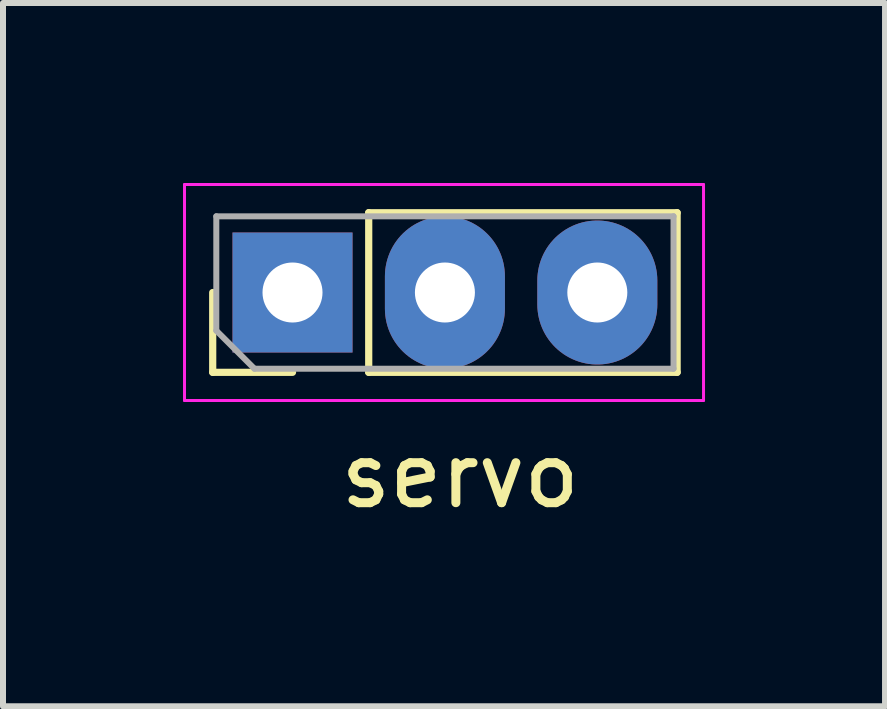
<source format=kicad_pcb>
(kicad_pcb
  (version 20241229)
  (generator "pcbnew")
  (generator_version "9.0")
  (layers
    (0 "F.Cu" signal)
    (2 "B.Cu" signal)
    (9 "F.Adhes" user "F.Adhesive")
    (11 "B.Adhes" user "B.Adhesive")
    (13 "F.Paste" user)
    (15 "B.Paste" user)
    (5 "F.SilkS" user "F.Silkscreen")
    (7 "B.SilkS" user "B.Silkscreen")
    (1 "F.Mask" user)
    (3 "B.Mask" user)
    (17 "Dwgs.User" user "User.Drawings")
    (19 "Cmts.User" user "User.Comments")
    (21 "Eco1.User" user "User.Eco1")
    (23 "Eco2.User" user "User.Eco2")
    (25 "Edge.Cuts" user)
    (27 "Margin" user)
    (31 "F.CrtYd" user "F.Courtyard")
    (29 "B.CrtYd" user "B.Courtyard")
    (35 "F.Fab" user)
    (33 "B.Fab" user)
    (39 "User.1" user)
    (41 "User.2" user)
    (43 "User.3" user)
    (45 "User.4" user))
  (footprint "servo"
    (layer "F.Cu")
    (at 4.365 1.825)
    (property "Reference" "servo" (at 0.254 3.048 180) (layer "F.SilkS") (effects (font (size 1 1) (thickness 0.15))))
    (attr through_hole)
    (fp_line (start -3.87 1.33) (end -3.87 0) (stroke (width 0.12) (type solid)) (layer "F.SilkS"))
    (fp_line (start -2.54 1.33) (end -3.87 1.33) (stroke (width 0.12) (type solid)) (layer "F.SilkS"))
    (fp_line (start -1.27 -1.33) (end 3.87 -1.33) (stroke (width 0.12) (type solid)) (layer "F.SilkS"))
    (fp_line (start -1.27 1.33) (end -1.27 -1.33) (stroke (width 0.12) (type solid)) (layer "F.SilkS"))
    (fp_line (start -1.27 1.33) (end 3.87 1.33) (stroke (width 0.12) (type solid)) (layer "F.SilkS"))
    (fp_line (start 3.87 1.33) (end 3.87 -1.33) (stroke (width 0.12) (type solid)) (layer "F.SilkS"))
    (fp_line (start -4.34 -1.8) (end -4.34 1.8) (stroke (width 0.05) (type solid)) (layer "F.CrtYd"))
    (fp_line (start -4.34 1.8) (end 4.31 1.8) (stroke (width 0.05) (type solid)) (layer "F.CrtYd"))
    (fp_line (start 4.31 -1.8) (end -4.34 -1.8) (stroke (width 0.05) (type solid)) (layer "F.CrtYd"))
    (fp_line (start 4.31 1.8) (end 4.31 -1.8) (stroke (width 0.05) (type solid)) (layer "F.CrtYd"))
    (fp_line (start -3.81 -1.27) (end 3.81 -1.27) (stroke (width 0.1) (type solid)) (layer "F.Fab"))
    (fp_line (start -3.81 0.635) (end -3.81 -1.27) (stroke (width 0.1) (type solid)) (layer "F.Fab"))
    (fp_line (start -3.175 1.27) (end -3.81 0.635) (stroke (width 0.1) (type solid)) (layer "F.Fab"))
    (fp_line (start 3.81 -1.27) (end 3.81 1.27) (stroke (width 0.1) (type solid)) (layer "F.Fab"))
    (fp_line (start 3.81 1.27) (end -3.175 1.27) (stroke (width 0.1) (type solid)) (layer "F.Fab"))
    (pad "1" thru_hole rect (at -2.54 0 90) (size 2 2) (drill 1) (layers "*.Cu" "*.Mask"))
    (pad "2" thru_hole oval (at 0 0 90) (size 2.54 2) (drill 1) (layers "*.Cu" "*.Mask"))
    (pad "3" thru_hole oval (at 2.54 0 90) (size 2.4 2) (drill 1) (layers "*.Cu" "*.Mask")))
  (gr_rect
    (start -3 -3)
    (end 11.7 8.721)
    (stroke (width 0.1) (type default))
    (fill no)
    (layer "Edge.Cuts")))
</source>
